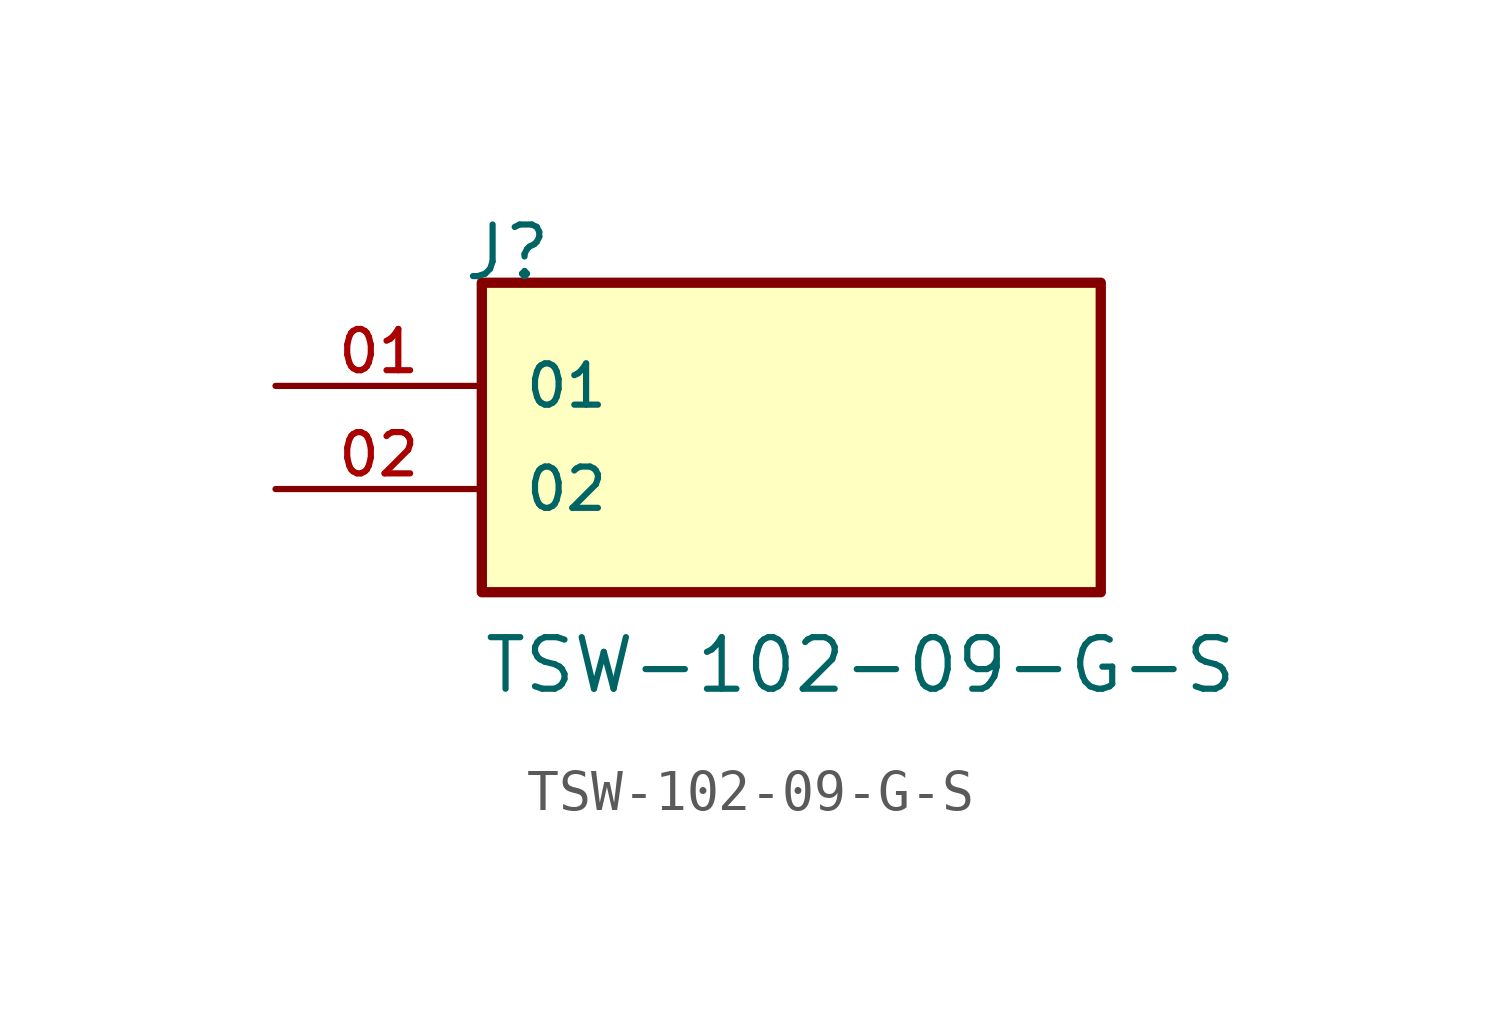
<source format=kicad_sym>
(kicad_symbol_lib
  (version 20211014)
  (generator kicad_symbol_editor)
  (symbol "TSW-102-09-G-S"
    (pin_names
      (offset 1.016))
    (property "Reference" "J"
      (at -8.12 5.08 0)
      (effects (font (size 1.27 1.27)) (justify bottom left)))
    (property "Value" "TSW-102-09-G-S"
      (at -7.62 -5.08 0)
      (effects (font (size 1.27 1.27)) (justify bottom left)))
    (symbol "TSW-102-09-G-S_0_0"
      (rectangle (start -7.62 -2.54) (end 7.62 5.08) (stroke (width 0.254)) (fill (type background)))
      (pin passive line (at -12.7 2.54 0) (length 5.08) (name "01" (effects (font (size 1.016 1.016)))) (number "01" (effects (font (size 1.016 1.016)))))
      (pin passive line (at -12.7 0.0 0) (length 5.08) (name "02" (effects (font (size 1.016 1.016)))) (number "02" (effects (font (size 1.016 1.016))))))))
</source>
